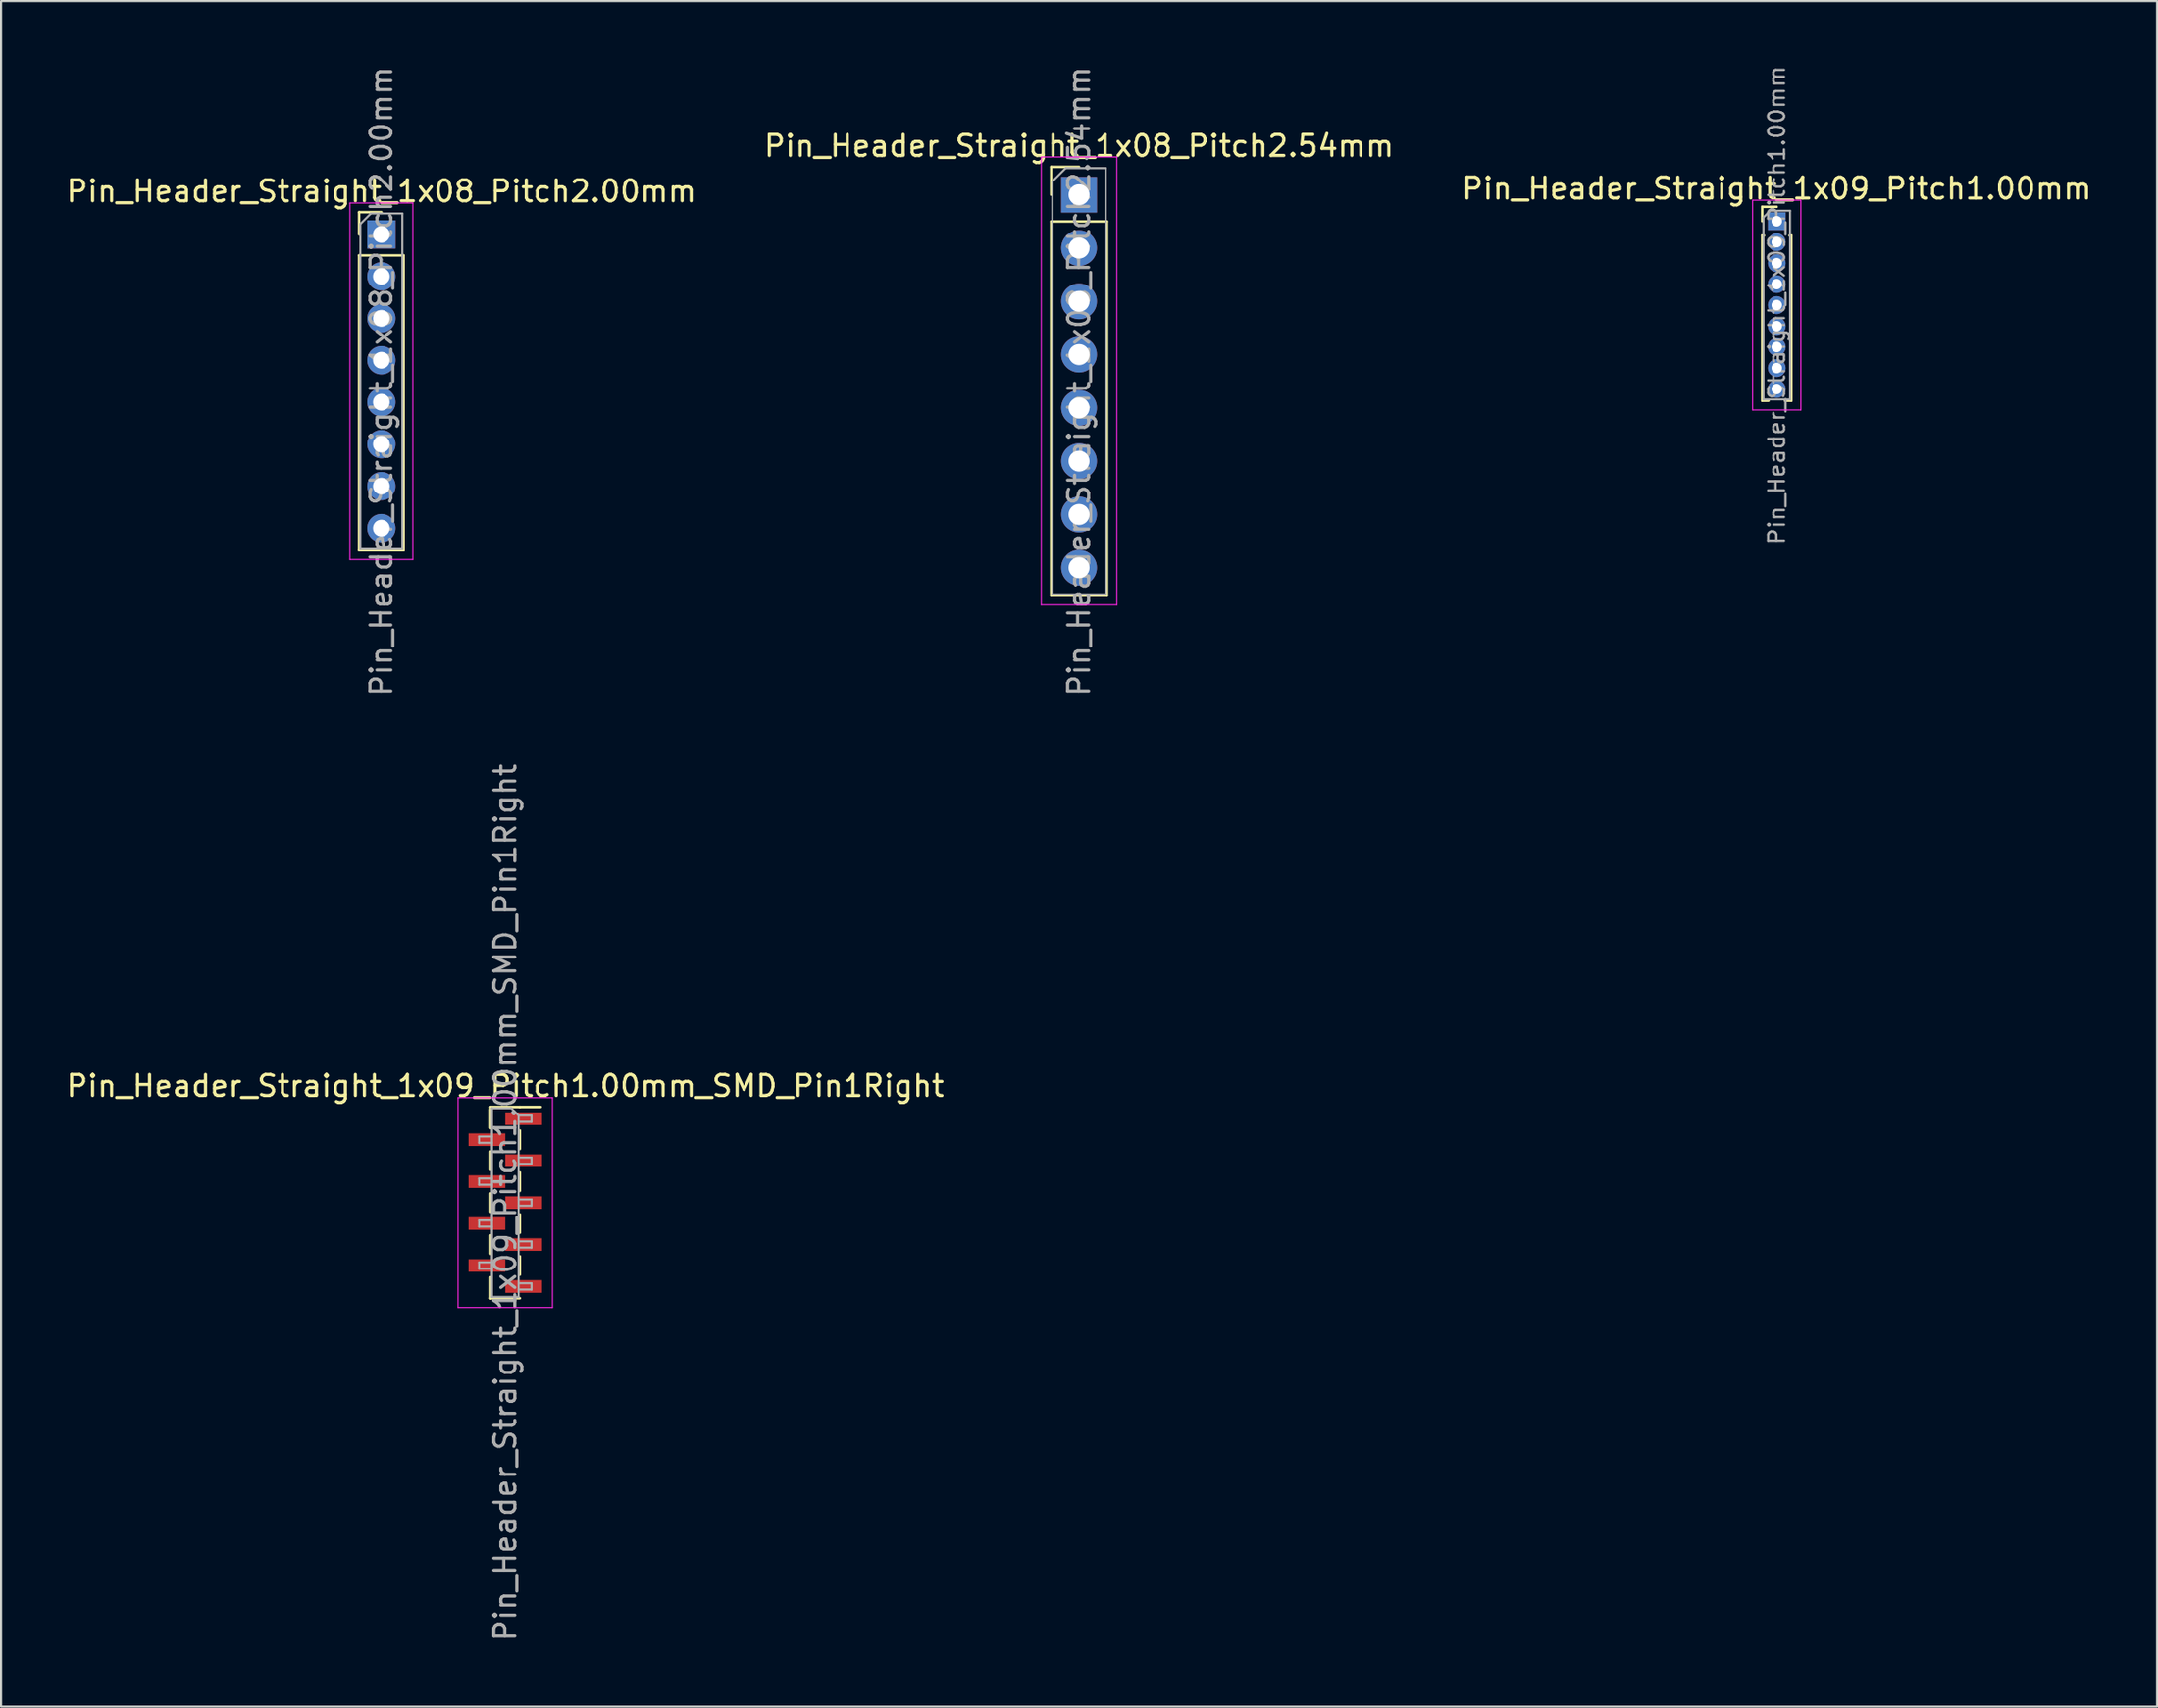
<source format=kicad_pcb>
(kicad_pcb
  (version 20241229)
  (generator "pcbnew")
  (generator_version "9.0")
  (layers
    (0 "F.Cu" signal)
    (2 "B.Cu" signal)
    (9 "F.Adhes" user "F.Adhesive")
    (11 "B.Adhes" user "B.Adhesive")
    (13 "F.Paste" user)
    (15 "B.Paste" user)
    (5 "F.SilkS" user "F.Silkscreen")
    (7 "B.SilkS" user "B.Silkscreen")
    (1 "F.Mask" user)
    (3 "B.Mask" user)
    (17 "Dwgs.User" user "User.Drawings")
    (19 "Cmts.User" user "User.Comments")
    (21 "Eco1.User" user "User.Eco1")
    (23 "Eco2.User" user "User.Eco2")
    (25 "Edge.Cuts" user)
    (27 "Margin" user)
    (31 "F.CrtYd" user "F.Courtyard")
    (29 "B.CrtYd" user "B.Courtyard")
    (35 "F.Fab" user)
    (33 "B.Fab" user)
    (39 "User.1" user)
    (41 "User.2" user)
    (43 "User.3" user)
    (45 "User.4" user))
  (footprint "Pin_Header_Straight_1x09_Pitch1.00mm_SMD_Pin1Right"
    (layer "F.Cu")
    (at 21.03 54.28)
    (property "Reference" "Pin_Header_Straight_1x09_Pitch1.00mm_SMD_Pin1Right" (at 0 -5.56 0) (layer "F.SilkS") (effects (font (size 1 1) (thickness 0.15))))
    (attr smd)
    (fp_line (start -0.695 -4.56) (end -0.695 -3.56) (stroke (width 0.12) (type solid)) (layer "F.SilkS"))
    (fp_line (start -0.695 -4.56) (end 0.695 -4.56) (stroke (width 0.12) (type solid)) (layer "F.SilkS"))
    (fp_line (start -0.695 -4.44) (end -0.695 -3.56) (stroke (width 0.12) (type solid)) (layer "F.SilkS"))
    (fp_line (start -0.695 -2.44) (end -0.695 -1.56) (stroke (width 0.12) (type solid)) (layer "F.SilkS"))
    (fp_line (start -0.695 -0.44) (end -0.695 0.44) (stroke (width 0.12) (type solid)) (layer "F.SilkS"))
    (fp_line (start -0.695 1.56) (end -0.695 2.44) (stroke (width 0.12) (type solid)) (layer "F.SilkS"))
    (fp_line (start -0.695 3.56) (end -0.695 4.56) (stroke (width 0.12) (type solid)) (layer "F.SilkS"))
    (fp_line (start -0.695 4.56) (end -0.695 4.56) (stroke (width 0.12) (type solid)) (layer "F.SilkS"))
    (fp_line (start -0.695 4.56) (end 0.695 4.56) (stroke (width 0.12) (type solid)) (layer "F.SilkS"))
    (fp_line (start 0.695 -4.56) (end 0.695 -4.56) (stroke (width 0.12) (type solid)) (layer "F.SilkS"))
    (fp_line (start 0.695 -4.56) (end 1.69 -4.56) (stroke (width 0.12) (type solid)) (layer "F.SilkS"))
    (fp_line (start 0.695 -3.44) (end 0.695 -2.56) (stroke (width 0.12) (type solid)) (layer "F.SilkS"))
    (fp_line (start 0.695 -1.44) (end 0.695 -0.56) (stroke (width 0.12) (type solid)) (layer "F.SilkS"))
    (fp_line (start 0.695 0.56) (end 0.695 1.44) (stroke (width 0.12) (type solid)) (layer "F.SilkS"))
    (fp_line (start 0.695 2.56) (end 0.695 3.44) (stroke (width 0.12) (type solid)) (layer "F.SilkS"))
    (fp_line (start -2.25 -5) (end -2.25 5) (stroke (width 0.05) (type solid)) (layer "F.CrtYd"))
    (fp_line (start -2.25 5) (end 2.25 5) (stroke (width 0.05) (type solid)) (layer "F.CrtYd"))
    (fp_line (start 2.25 -5) (end -2.25 -5) (stroke (width 0.05) (type solid)) (layer "F.CrtYd"))
    (fp_line (start 2.25 5) (end 2.25 -5) (stroke (width 0.05) (type solid)) (layer "F.CrtYd"))
    (fp_line (start -1.25 -3.15) (end -1.25 -2.85) (stroke (width 0.1) (type solid)) (layer "F.Fab"))
    (fp_line (start -1.25 -2.85) (end -0.635 -2.85) (stroke (width 0.1) (type solid)) (layer "F.Fab"))
    (fp_line (start -1.25 -1.15) (end -1.25 -0.85) (stroke (width 0.1) (type solid)) (layer "F.Fab"))
    (fp_line (start -1.25 -0.85) (end -0.635 -0.85) (stroke (width 0.1) (type solid)) (layer "F.Fab"))
    (fp_line (start -1.25 0.85) (end -1.25 1.15) (stroke (width 0.1) (type solid)) (layer "F.Fab"))
    (fp_line (start -1.25 1.15) (end -0.635 1.15) (stroke (width 0.1) (type solid)) (layer "F.Fab"))
    (fp_line (start -1.25 2.85) (end -1.25 3.15) (stroke (width 0.1) (type solid)) (layer "F.Fab"))
    (fp_line (start -1.25 3.15) (end -0.635 3.15) (stroke (width 0.1) (type solid)) (layer "F.Fab"))
    (fp_line (start -0.635 -4.5) (end -0.635 4.5) (stroke (width 0.1) (type solid)) (layer "F.Fab"))
    (fp_line (start -0.635 -4.5) (end 0.285 -4.5) (stroke (width 0.1) (type solid)) (layer "F.Fab"))
    (fp_line (start -0.635 -3.15) (end -1.25 -3.15) (stroke (width 0.1) (type solid)) (layer "F.Fab"))
    (fp_line (start -0.635 -1.15) (end -1.25 -1.15) (stroke (width 0.1) (type solid)) (layer "F.Fab"))
    (fp_line (start -0.635 0.85) (end -1.25 0.85) (stroke (width 0.1) (type solid)) (layer "F.Fab"))
    (fp_line (start -0.635 2.85) (end -1.25 2.85) (stroke (width 0.1) (type solid)) (layer "F.Fab"))
    (fp_line (start 0.635 -4.15) (end 0.285 -4.5) (stroke (width 0.1) (type solid)) (layer "F.Fab"))
    (fp_line (start 0.635 -4.15) (end 1.25 -4.15) (stroke (width 0.1) (type solid)) (layer "F.Fab"))
    (fp_line (start 0.635 -2.15) (end 1.25 -2.15) (stroke (width 0.1) (type solid)) (layer "F.Fab"))
    (fp_line (start 0.635 -0.15) (end 1.25 -0.15) (stroke (width 0.1) (type solid)) (layer "F.Fab"))
    (fp_line (start 0.635 1.85) (end 1.25 1.85) (stroke (width 0.1) (type solid)) (layer "F.Fab"))
    (fp_line (start 0.635 3.85) (end 1.25 3.85) (stroke (width 0.1) (type solid)) (layer "F.Fab"))
    (fp_line (start 0.635 4.5) (end -0.635 4.5) (stroke (width 0.1) (type solid)) (layer "F.Fab"))
    (fp_line (start 0.635 4.5) (end 0.635 -4.15) (stroke (width 0.1) (type solid)) (layer "F.Fab"))
    (fp_line (start 1.25 -4.15) (end 1.25 -3.85) (stroke (width 0.1) (type solid)) (layer "F.Fab"))
    (fp_line (start 1.25 -3.85) (end 0.635 -3.85) (stroke (width 0.1) (type solid)) (layer "F.Fab"))
    (fp_line (start 1.25 -2.15) (end 1.25 -1.85) (stroke (width 0.1) (type solid)) (layer "F.Fab"))
    (fp_line (start 1.25 -1.85) (end 0.635 -1.85) (stroke (width 0.1) (type solid)) (layer "F.Fab"))
    (fp_line (start 1.25 -0.15) (end 1.25 0.15) (stroke (width 0.1) (type solid)) (layer "F.Fab"))
    (fp_line (start 1.25 0.15) (end 0.635 0.15) (stroke (width 0.1) (type solid)) (layer "F.Fab"))
    (fp_line (start 1.25 1.85) (end 1.25 2.15) (stroke (width 0.1) (type solid)) (layer "F.Fab"))
    (fp_line (start 1.25 2.15) (end 0.635 2.15) (stroke (width 0.1) (type solid)) (layer "F.Fab"))
    (fp_line (start 1.25 3.85) (end 1.25 4.15) (stroke (width 0.1) (type solid)) (layer "F.Fab"))
    (fp_line (start 1.25 4.15) (end 0.635 4.15) (stroke (width 0.1) (type solid)) (layer "F.Fab"))
    (fp_text user "${REFERENCE}" (at 0 0 90) (layer "F.Fab") (effects (font (size 1 1) (thickness 0.15))))
    (pad "1" smd rect (at 0.875 -4) (size 1.75 0.6) (layers "F.Cu" "F.Mask" "F.Paste"))
    (pad "2" smd rect (at -0.875 -3) (size 1.75 0.6) (layers "F.Cu" "F.Mask" "F.Paste"))
    (pad "3" smd rect (at 0.875 -2) (size 1.75 0.6) (layers "F.Cu" "F.Mask" "F.Paste"))
    (pad "4" smd rect (at -0.875 -1) (size 1.75 0.6) (layers "F.Cu" "F.Mask" "F.Paste"))
    (pad "5" smd rect (at 0.875 0) (size 1.75 0.6) (layers "F.Cu" "F.Mask" "F.Paste"))
    (pad "6" smd rect (at -0.875 1) (size 1.75 0.6) (layers "F.Cu" "F.Mask" "F.Paste"))
    (pad "7" smd rect (at 0.875 2) (size 1.75 0.6) (layers "F.Cu" "F.Mask" "F.Paste"))
    (pad "8" smd rect (at -0.875 3) (size 1.75 0.6) (layers "F.Cu" "F.Mask" "F.Paste"))
    (pad "9" smd rect (at 0.875 4) (size 1.75 0.6) (layers "F.Cu" "F.Mask" "F.Paste")))
  (footprint "Pin_Header_Straight_1x08_Pitch2.54mm"
    (layer "F.Cu")
    (at 48.375 6.235)
    (property "Reference" "Pin_Header_Straight_1x08_Pitch2.54mm" (at 0 -2.33 0) (layer "F.SilkS") (effects (font (size 1 1) (thickness 0.15))))
    (attr through_hole)
    (fp_line (start -1.33 -1.33) (end 0 -1.33) (stroke (width 0.12) (type solid)) (layer "F.SilkS"))
    (fp_line (start -1.33 0) (end -1.33 -1.33) (stroke (width 0.12) (type solid)) (layer "F.SilkS"))
    (fp_line (start -1.33 1.27) (end -1.33 19.11) (stroke (width 0.12) (type solid)) (layer "F.SilkS"))
    (fp_line (start -1.33 1.27) (end 1.33 1.27) (stroke (width 0.12) (type solid)) (layer "F.SilkS"))
    (fp_line (start -1.33 19.11) (end 1.33 19.11) (stroke (width 0.12) (type solid)) (layer "F.SilkS"))
    (fp_line (start 1.33 1.27) (end 1.33 19.11) (stroke (width 0.12) (type solid)) (layer "F.SilkS"))
    (fp_line (start -1.8 -1.8) (end -1.8 19.55) (stroke (width 0.05) (type solid)) (layer "F.CrtYd"))
    (fp_line (start -1.8 19.55) (end 1.8 19.55) (stroke (width 0.05) (type solid)) (layer "F.CrtYd"))
    (fp_line (start 1.8 -1.8) (end -1.8 -1.8) (stroke (width 0.05) (type solid)) (layer "F.CrtYd"))
    (fp_line (start 1.8 19.55) (end 1.8 -1.8) (stroke (width 0.05) (type solid)) (layer "F.CrtYd"))
    (fp_line (start -1.27 -0.635) (end -0.635 -1.27) (stroke (width 0.1) (type solid)) (layer "F.Fab"))
    (fp_line (start -1.27 19.05) (end -1.27 -0.635) (stroke (width 0.1) (type solid)) (layer "F.Fab"))
    (fp_line (start -0.635 -1.27) (end 1.27 -1.27) (stroke (width 0.1) (type solid)) (layer "F.Fab"))
    (fp_line (start 1.27 -1.27) (end 1.27 19.05) (stroke (width 0.1) (type solid)) (layer "F.Fab"))
    (fp_line (start 1.27 19.05) (end -1.27 19.05) (stroke (width 0.1) (type solid)) (layer "F.Fab"))
    (fp_text user "${REFERENCE}" (at 0 8.89 90) (layer "F.Fab") (effects (font (size 1 1) (thickness 0.15))))
    (pad "1" thru_hole rect (at 0 0) (size 1.7 1.7) (drill 1) (layers "*.Cu" "*.Mask"))
    (pad "2" thru_hole oval (at 0 2.54) (size 1.7 1.7) (drill 1) (layers "*.Cu" "*.Mask"))
    (pad "3" thru_hole oval (at 0 5.08) (size 1.7 1.7) (drill 1) (layers "*.Cu" "*.Mask"))
    (pad "4" thru_hole oval (at 0 7.62) (size 1.7 1.7) (drill 1) (layers "*.Cu" "*.Mask"))
    (pad "5" thru_hole oval (at 0 10.16) (size 1.7 1.7) (drill 1) (layers "*.Cu" "*.Mask"))
    (pad "6" thru_hole oval (at 0 12.7) (size 1.7 1.7) (drill 1) (layers "*.Cu" "*.Mask"))
    (pad "7" thru_hole oval (at 0 15.24) (size 1.7 1.7) (drill 1) (layers "*.Cu" "*.Mask"))
    (pad "8" thru_hole oval (at 0 17.78) (size 1.7 1.7) (drill 1) (layers "*.Cu" "*.Mask")))
  (footprint "Pin_Header_Straight_1x09_Pitch1.00mm"
    (layer "F.Cu")
    (at 81.625 7.495)
    (property "Reference" "Pin_Header_Straight_1x09_Pitch1.00mm" (at 0 -1.56 0) (layer "F.SilkS") (effects (font (size 1 1) (thickness 0.15))))
    (attr through_hole)
    (fp_line (start -0.695 -0.685) (end 0 -0.685) (stroke (width 0.12) (type solid)) (layer "F.SilkS"))
    (fp_line (start -0.695 0) (end -0.695 -0.685) (stroke (width 0.12) (type solid)) (layer "F.SilkS"))
    (fp_line (start -0.695 0.685) (end -0.695 8.56) (stroke (width 0.12) (type solid)) (layer "F.SilkS"))
    (fp_line (start -0.695 0.685) (end -0.608 0.685) (stroke (width 0.12) (type solid)) (layer "F.SilkS"))
    (fp_line (start -0.695 8.56) (end -0.394 8.56) (stroke (width 0.12) (type solid)) (layer "F.SilkS"))
    (fp_line (start 0.394 8.56) (end 0.695 8.56) (stroke (width 0.12) (type solid)) (layer "F.SilkS"))
    (fp_line (start 0.608 0.685) (end 0.695 0.685) (stroke (width 0.12) (type solid)) (layer "F.SilkS"))
    (fp_line (start 0.695 0.685) (end 0.695 8.56) (stroke (width 0.12) (type solid)) (layer "F.SilkS"))
    (fp_line (start -1.15 -1) (end -1.15 9) (stroke (width 0.05) (type solid)) (layer "F.CrtYd"))
    (fp_line (start -1.15 9) (end 1.15 9) (stroke (width 0.05) (type solid)) (layer "F.CrtYd"))
    (fp_line (start 1.15 -1) (end -1.15 -1) (stroke (width 0.05) (type solid)) (layer "F.CrtYd"))
    (fp_line (start 1.15 9) (end 1.15 -1) (stroke (width 0.05) (type solid)) (layer "F.CrtYd"))
    (fp_line (start -0.635 -0.182) (end -0.318 -0.5) (stroke (width 0.1) (type solid)) (layer "F.Fab"))
    (fp_line (start -0.635 8.5) (end -0.635 -0.182) (stroke (width 0.1) (type solid)) (layer "F.Fab"))
    (fp_line (start -0.318 -0.5) (end 0.635 -0.5) (stroke (width 0.1) (type solid)) (layer "F.Fab"))
    (fp_line (start 0.635 -0.5) (end 0.635 8.5) (stroke (width 0.1) (type solid)) (layer "F.Fab"))
    (fp_line (start 0.635 8.5) (end -0.635 8.5) (stroke (width 0.1) (type solid)) (layer "F.Fab"))
    (fp_text user "${REFERENCE}" (at 0 4 90) (layer "F.Fab") (effects (font (size 0.76 0.76) (thickness 0.114))))
    (pad "1" thru_hole rect (at 0 0) (size 0.85 0.85) (drill 0.5) (layers "*.Cu" "*.Mask"))
    (pad "2" thru_hole oval (at 0 1) (size 0.85 0.85) (drill 0.5) (layers "*.Cu" "*.Mask"))
    (pad "3" thru_hole oval (at 0 2) (size 0.85 0.85) (drill 0.5) (layers "*.Cu" "*.Mask"))
    (pad "4" thru_hole oval (at 0 3) (size 0.85 0.85) (drill 0.5) (layers "*.Cu" "*.Mask"))
    (pad "5" thru_hole oval (at 0 4) (size 0.85 0.85) (drill 0.5) (layers "*.Cu" "*.Mask"))
    (pad "6" thru_hole oval (at 0 5) (size 0.85 0.85) (drill 0.5) (layers "*.Cu" "*.Mask"))
    (pad "7" thru_hole oval (at 0 6) (size 0.85 0.85) (drill 0.5) (layers "*.Cu" "*.Mask"))
    (pad "8" thru_hole oval (at 0 7) (size 0.85 0.85) (drill 0.5) (layers "*.Cu" "*.Mask"))
    (pad "9" thru_hole oval (at 0 8) (size 0.85 0.85) (drill 0.5) (layers "*.Cu" "*.Mask")))
  (footprint "Pin_Header_Straight_1x08_Pitch2.00mm"
    (layer "F.Cu")
    (at 15.125 8.125)
    (property "Reference" "Pin_Header_Straight_1x08_Pitch2.00mm" (at 0 -2.06 0) (layer "F.SilkS") (effects (font (size 1 1) (thickness 0.15))))
    (attr through_hole)
    (fp_line (start -1.06 -1.06) (end 0 -1.06) (stroke (width 0.12) (type solid)) (layer "F.SilkS"))
    (fp_line (start -1.06 0) (end -1.06 -1.06) (stroke (width 0.12) (type solid)) (layer "F.SilkS"))
    (fp_line (start -1.06 1) (end -1.06 15.06) (stroke (width 0.12) (type solid)) (layer "F.SilkS"))
    (fp_line (start -1.06 1) (end 1.06 1) (stroke (width 0.12) (type solid)) (layer "F.SilkS"))
    (fp_line (start -1.06 15.06) (end 1.06 15.06) (stroke (width 0.12) (type solid)) (layer "F.SilkS"))
    (fp_line (start 1.06 1) (end 1.06 15.06) (stroke (width 0.12) (type solid)) (layer "F.SilkS"))
    (fp_line (start -1.5 -1.5) (end -1.5 15.5) (stroke (width 0.05) (type solid)) (layer "F.CrtYd"))
    (fp_line (start -1.5 15.5) (end 1.5 15.5) (stroke (width 0.05) (type solid)) (layer "F.CrtYd"))
    (fp_line (start 1.5 -1.5) (end -1.5 -1.5) (stroke (width 0.05) (type solid)) (layer "F.CrtYd"))
    (fp_line (start 1.5 15.5) (end 1.5 -1.5) (stroke (width 0.05) (type solid)) (layer "F.CrtYd"))
    (fp_line (start -1 -0.5) (end -0.5 -1) (stroke (width 0.1) (type solid)) (layer "F.Fab"))
    (fp_line (start -1 15) (end -1 -0.5) (stroke (width 0.1) (type solid)) (layer "F.Fab"))
    (fp_line (start -0.5 -1) (end 1 -1) (stroke (width 0.1) (type solid)) (layer "F.Fab"))
    (fp_line (start 1 -1) (end 1 15) (stroke (width 0.1) (type solid)) (layer "F.Fab"))
    (fp_line (start 1 15) (end -1 15) (stroke (width 0.1) (type solid)) (layer "F.Fab"))
    (fp_text user "${REFERENCE}" (at 0 7 90) (layer "F.Fab") (effects (font (size 1 1) (thickness 0.15))))
    (pad "1" thru_hole rect (at 0 0) (size 1.35 1.35) (drill 0.8) (layers "*.Cu" "*.Mask"))
    (pad "2" thru_hole oval (at 0 2) (size 1.35 1.35) (drill 0.8) (layers "*.Cu" "*.Mask"))
    (pad "3" thru_hole oval (at 0 4) (size 1.35 1.35) (drill 0.8) (layers "*.Cu" "*.Mask"))
    (pad "4" thru_hole oval (at 0 6) (size 1.35 1.35) (drill 0.8) (layers "*.Cu" "*.Mask"))
    (pad "5" thru_hole oval (at 0 8) (size 1.35 1.35) (drill 0.8) (layers "*.Cu" "*.Mask"))
    (pad "6" thru_hole oval (at 0 10) (size 1.35 1.35) (drill 0.8) (layers "*.Cu" "*.Mask"))
    (pad "7" thru_hole oval (at 0 12) (size 1.35 1.35) (drill 0.8) (layers "*.Cu" "*.Mask"))
    (pad "8" thru_hole oval (at 0 14) (size 1.35 1.35) (drill 0.8) (layers "*.Cu" "*.Mask")))
  (gr_rect
    (start -3 -3)
    (end 99.75 78.31)
    (stroke (width 0.1) (type default))
    (fill no)
    (layer "Edge.Cuts")))
</source>
